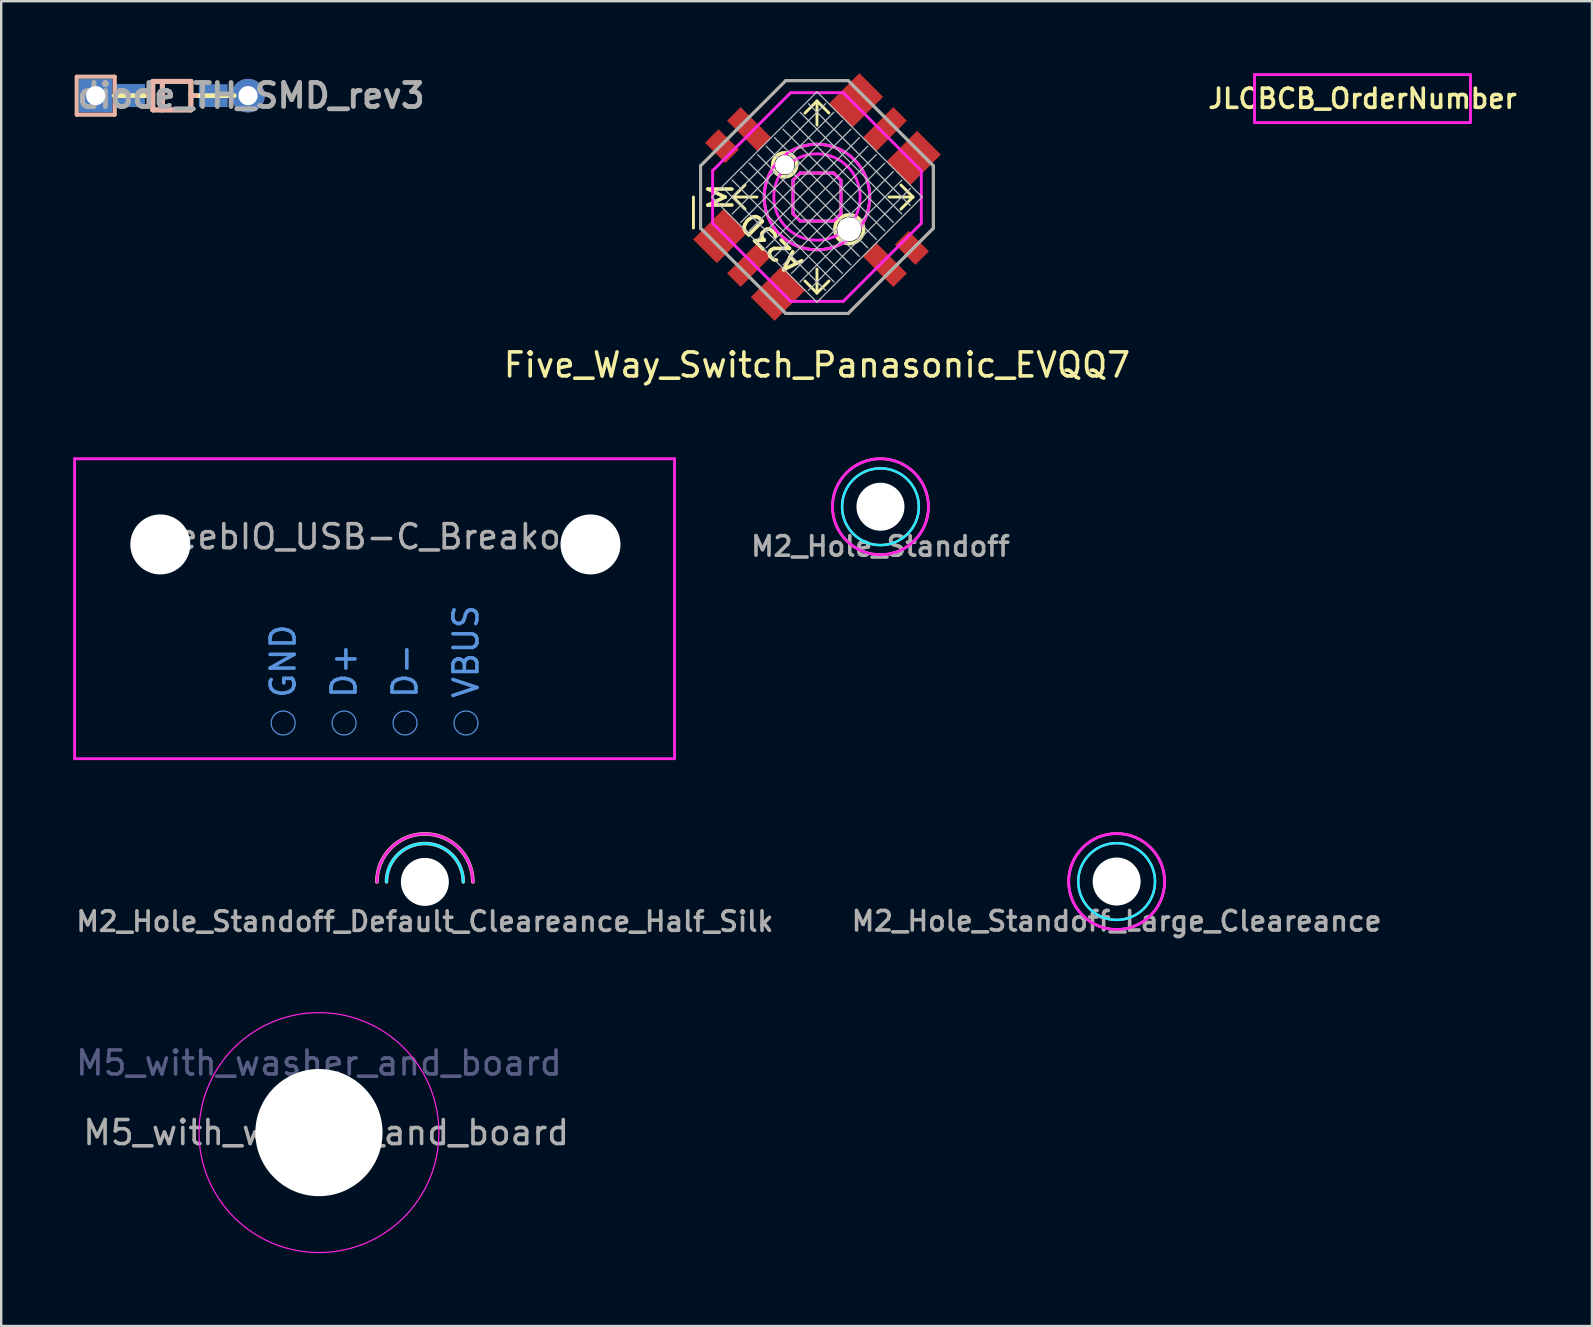
<source format=kicad_pcb>
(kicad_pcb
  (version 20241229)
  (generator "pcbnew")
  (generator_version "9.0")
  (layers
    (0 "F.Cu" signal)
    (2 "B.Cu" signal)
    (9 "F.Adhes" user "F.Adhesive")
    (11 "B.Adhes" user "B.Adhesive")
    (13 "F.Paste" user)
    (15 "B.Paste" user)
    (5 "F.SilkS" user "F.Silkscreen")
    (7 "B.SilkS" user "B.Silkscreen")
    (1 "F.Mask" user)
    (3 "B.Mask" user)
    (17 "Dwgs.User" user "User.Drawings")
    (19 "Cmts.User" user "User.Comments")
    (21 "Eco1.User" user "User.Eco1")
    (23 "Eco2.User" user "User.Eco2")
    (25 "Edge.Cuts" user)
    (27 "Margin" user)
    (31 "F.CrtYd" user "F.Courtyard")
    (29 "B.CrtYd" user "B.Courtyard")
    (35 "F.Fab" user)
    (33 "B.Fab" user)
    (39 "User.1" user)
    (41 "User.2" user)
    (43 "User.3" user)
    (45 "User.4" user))
  (footprint "M2_Hole_Standoff"
    (layer "F.Cu")
    (at 33.647 18.07)
    (property "Reference" "M2_Hole_Standoff" (at 0 1.651 0) (layer "F.Fab") (effects (font (size 0.813 0.813) (thickness 0.15))))
    (attr through_hole)
    (fp_circle (center 0 0) (end 2 0) (stroke (width 0.1) (type solid)) (fill no) (layer "F.SilkS"))
    (fp_circle (center 0 0) (end 1.6 0) (stroke (width 0.1) (type solid)) (fill no) (layer "B.SilkS"))
    (fp_circle (center 0 0) (end 1.6 0) (stroke (width 0.1) (type solid)) (fill no) (layer "B.CrtYd"))
    (fp_circle (center 0 0) (end 2 0) (stroke (width 0.12) (type solid)) (fill no) (layer "F.CrtYd"))
    (pad "" np_thru_hole circle (at 0 0) (size 2 2) (drill 2) (layers "*.Cu" "*.Mask")))
  (footprint "M2_Hole_Standoff_Large_Cleareance"
    (layer "F.Cu")
    (at 43.491 33.692)
    (property "Reference" "M2_Hole_Standoff_Large_Cleareance" (at 0 1.651 0) (layer "F.Fab") (effects (font (size 0.813 0.813) (thickness 0.15))))
    (attr through_hole)
    (fp_circle (center 0 0) (end 2 0) (stroke (width 0.1) (type solid)) (fill no) (layer "F.SilkS"))
    (fp_circle (center 0 0) (end 1.6 0) (stroke (width 0.1) (type solid)) (fill no) (layer "B.SilkS"))
    (fp_circle (center 0 0) (end 1.6 0) (stroke (width 0.1) (type solid)) (fill no) (layer "B.CrtYd"))
    (fp_circle (center 0 0) (end 2 0) (stroke (width 0.12) (type solid)) (fill no) (layer "F.CrtYd"))
    (pad "" np_thru_hole circle (at 0 0) (size 2 2) (drill 2) (layers "*.Cu" "*.Mask")))
  (footprint "diode_TH_SMD_rev3"
    (layer "F.Cu")
    (at 4.112 0.936)
    (property "Reference" "diode_TH_SMD_rev3" (at 3.302 0 0) (layer "F.Fab") (effects (font (size 1 1) (thickness 0.2))))
    (attr through_hole)
    (fp_line (start -3.969 -0.794) (end -2.381 -0.794) (stroke (width 0.15) (type solid)) (layer "F.SilkS"))
    (fp_line (start -3.969 0.794) (end -3.969 -0.794) (stroke (width 0.15) (type solid)) (layer "F.SilkS"))
    (fp_line (start -2.4 0) (end -0.794 0) (stroke (width 0.2) (type solid)) (layer "F.SilkS"))
    (fp_line (start -2.381 -0.794) (end -2.381 0.794) (stroke (width 0.15) (type solid)) (layer "F.SilkS"))
    (fp_line (start -2.381 0.794) (end -3.969 0.794) (stroke (width 0.15) (type solid)) (layer "F.SilkS"))
    (fp_line (start -0.794 -0.595) (end 0.794 -0.595) (stroke (width 0.2) (type solid)) (layer "F.SilkS"))
    (fp_line (start -0.794 0.595) (end -0.794 -0.595) (stroke (width 0.2) (type solid)) (layer "F.SilkS"))
    (fp_line (start -0.397 -0.595) (end -0.397 0.595) (stroke (width 0.2) (type solid)) (layer "F.SilkS"))
    (fp_line (start 0.794 -0.595) (end 0.794 0.595) (stroke (width 0.2) (type solid)) (layer "F.SilkS"))
    (fp_line (start 0.794 0) (end 2.6 0) (stroke (width 0.2) (type solid)) (layer "F.SilkS"))
    (fp_line (start 0.794 0.595) (end -0.794 0.595) (stroke (width 0.2) (type solid)) (layer "F.SilkS"))
    (fp_line (start -3.969 -0.794) (end -3.969 0.794) (stroke (width 0.15) (type solid)) (layer "B.SilkS"))
    (fp_line (start -3.969 0.794) (end -2.381 0.794) (stroke (width 0.15) (type solid)) (layer "B.SilkS"))
    (fp_line (start -2.381 -0.794) (end -3.969 -0.794) (stroke (width 0.15) (type solid)) (layer "B.SilkS"))
    (fp_line (start -2.381 0.794) (end -2.381 -0.794) (stroke (width 0.15) (type solid)) (layer "B.SilkS"))
    (fp_line (start -0.992 0) (end -0.794 0) (stroke (width 0.2) (type solid)) (layer "B.SilkS"))
    (fp_line (start -0.794 -0.595) (end -0.794 0.595) (stroke (width 0.2) (type solid)) (layer "B.SilkS"))
    (fp_line (start -0.794 0.595) (end 0.794 0.595) (stroke (width 0.2) (type solid)) (layer "B.SilkS"))
    (fp_line (start -0.397 0.595) (end -0.397 -0.595) (stroke (width 0.2) (type solid)) (layer "B.SilkS"))
    (fp_line (start 0.794 -0.595) (end -0.794 -0.595) (stroke (width 0.2) (type solid)) (layer "B.SilkS"))
    (fp_line (start 0.794 0) (end 0.992 0) (stroke (width 0.2) (type solid)) (layer "B.SilkS"))
    (fp_line (start 0.794 0.595) (end 0.794 -0.595) (stroke (width 0.2) (type solid)) (layer "B.SilkS"))
    (pad "1" thru_hole rect (at -3.175 0) (size 1.4 1.4) (drill 0.8) (layers "*.Cu" "*.Mask"))
    (pad "1" smd rect (at -1.725 0) (size 1.2 0.95) (layers "B.Cu" "B.Mask" "B.Paste"))
    (pad "1" smd rect (at -1.725 0) (size 1.2 0.95) (layers "B.Cu" "B.Mask" "B.Paste"))
    (pad "2" smd rect (at 1.725 0) (size 1.2 0.95) (layers "B.Cu" "B.Mask" "B.Paste"))
    (pad "2" thru_hole circle (at 3.175 0) (size 1.4 1.4) (drill 0.8) (layers "*.Cu" "*.Mask")))
  (footprint "KeebIO_USB-C_Breakout"
    (layer "F.Cu")
    (at 12.562 22.321)
    (property "Reference" "KeebIO_USB-C_Breakout" (at 0 -3 0) (layer "F.Fab") (effects (font (size 1 1) (thickness 0.15))))
    (attr through_hole)
    (fp_circle (center -3.81 4.763) (end -3.31 4.763) (stroke (width 0.05) (type solid)) (fill no) (layer "Cmts.User"))
    (fp_circle (center -1.27 4.763) (end -0.77 4.763) (stroke (width 0.05) (type solid)) (fill no) (layer "Cmts.User"))
    (fp_circle (center 1.27 4.763) (end 1.77 4.763) (stroke (width 0.05) (type solid)) (fill no) (layer "Cmts.User"))
    (fp_circle (center 3.81 4.763) (end 4.31 4.763) (stroke (width 0.05) (type solid)) (fill no) (layer "Cmts.User"))
    (fp_line (start -12.502 -6.251) (end 12.502 -6.251) (stroke (width 0.12) (type solid)) (layer "F.CrtYd"))
    (fp_line (start -12.502 6.251) (end -12.502 -6.251) (stroke (width 0.12) (type solid)) (layer "F.CrtYd"))
    (fp_line (start 12.502 -6.251) (end 12.502 6.251) (stroke (width 0.12) (type solid)) (layer "F.CrtYd"))
    (fp_line (start 12.502 6.251) (end -12.502 6.251) (stroke (width 0.12) (type solid)) (layer "F.CrtYd"))
    (fp_text user "D+" (at -1.27 3.81 90) (layer "Cmts.User") (effects (font (size 1 1) (thickness 0.15)) (justify left)))
    (fp_text user "GND" (at -3.81 3.81 90) (layer "Cmts.User") (effects (font (size 1 1) (thickness 0.15)) (justify left)))
    (fp_text user "D-" (at 1.27 3.81 90) (layer "Cmts.User") (effects (font (size 1 1) (thickness 0.15)) (justify left)))
    (fp_text user "VBUS" (at 3.81 3.81 90) (layer "Cmts.User") (effects (font (size 1 1) (thickness 0.15)) (justify left)))
    (pad "" np_thru_hole circle (at -8.93 -2.679) (size 2.5 2.5) (drill 2.5) (layers "*.Cu" "*.Mask"))
    (pad "" np_thru_hole circle (at 9 -2.679) (size 2.5 2.5) (drill 2.5) (layers "*.Cu" "*.Mask")))
  (footprint "M2_Hole_Standoff_Default_Cleareance_Half_Silk"
    (layer "F.Cu")
    (at 14.658 33.707)
    (property "Reference" "M2_Hole_Standoff_Default_Cleareance_Half_Silk" (at 0 1.651 0) (layer "F.Fab") (effects (font (size 0.813 0.813) (thickness 0.15))))
    (attr through_hole)
    (fp_arc (start -2 0) (mid 0 -2) (end 2 0) (stroke (width 0.15) (type solid)) (layer "F.SilkS"))
    (fp_arc (start -1.6 0) (mid 0 -1.6) (end 1.6 0) (stroke (width 0.15) (type solid)) (layer "B.SilkS"))
    (fp_arc (start -1.6 0) (mid 0 -1.6) (end 1.6 0) (stroke (width 0.12) (type solid)) (layer "B.CrtYd"))
    (fp_arc (start -2 0) (mid 0 -2) (end 2 0) (stroke (width 0.12) (type solid)) (layer "F.CrtYd"))
    (pad "" np_thru_hole circle (at 0 0) (size 2 2) (drill 2) (layers "*.Cu" "*.Mask")))
  (footprint "JLCBCB_OrderNumber"
    (layer "F.Cu")
    (at 53.738 1.06)
    (property "Reference" "JLCBCB_OrderNumber" (at 0 0 0) (layer "F.SilkS") (effects (font (size 0.8 0.8) (thickness 0.15))))
    (attr through_hole)
    (fp_line (start -4.5 -1) (end 4.5 -1) (stroke (width 0.12) (type solid)) (layer "F.CrtYd"))
    (fp_line (start -4.5 1) (end -4.5 -1) (stroke (width 0.12) (type solid)) (layer "F.CrtYd"))
    (fp_line (start 4.5 -1) (end 4.5 1) (stroke (width 0.12) (type solid)) (layer "F.CrtYd"))
    (fp_line (start 4.5 1) (end -4.5 1) (stroke (width 0.12) (type solid)) (layer "F.CrtYd")))
  (footprint "Five_Way_Switch_Panasonic_EVQQ7"
    (layer "F.Cu")
    (at 31.001 5.162)
    (property "Reference" "Five_Way_Switch_Panasonic_EVQQ7" (at 0 7 0) (layer "F.SilkS") (effects (font (size 1 1) (thickness 0.15))))
    (attr through_hole)
    (fp_line (start -5.149 1.293) (end -5.149 0) (stroke (width 0.12) (type solid)) (layer "F.SilkS"))
    (fp_line (start -4.849 -1.303) (end -1.303 -4.849) (stroke (width 0.12) (type solid)) (layer "F.SilkS"))
    (fp_line (start -4.849 1.303) (end -4.849 -1.303) (stroke (width 0.12) (type solid)) (layer "F.SilkS"))
    (fp_line (start -3.5 0) (end -3 -0.5) (stroke (width 0.12) (type solid)) (layer "F.SilkS"))
    (fp_line (start -3.5 0) (end -3 0.5) (stroke (width 0.12) (type solid)) (layer "F.SilkS"))
    (fp_line (start -2.5 0) (end -3.5 0) (stroke (width 0.12) (type solid)) (layer "F.SilkS"))
    (fp_line (start -1.303 -4.849) (end 1.303 -4.849) (stroke (width 0.12) (type solid)) (layer "F.SilkS"))
    (fp_line (start -1.303 4.849) (end -4.849 1.303) (stroke (width 0.12) (type solid)) (layer "F.SilkS"))
    (fp_line (start -1 0.697) (end -1 -0.697) (stroke (width 0.12) (type solid)) (layer "F.SilkS"))
    (fp_line (start -1 0.697) (end -0.697 1) (stroke (width 0.12) (type solid)) (layer "F.SilkS"))
    (fp_line (start -0.697 -1.003) (end -1 -0.7) (stroke (width 0.12) (type solid)) (layer "F.SilkS"))
    (fp_line (start -0.697 -1) (end 0.697 -1) (stroke (width 0.12) (type solid)) (layer "F.SilkS"))
    (fp_line (start 0 -4) (end -0.5 -3.5) (stroke (width 0.12) (type solid)) (layer "F.SilkS"))
    (fp_line (start 0 -4) (end 0.5 -3.5) (stroke (width 0.12) (type solid)) (layer "F.SilkS"))
    (fp_line (start 0 -3) (end 0 -4) (stroke (width 0.12) (type solid)) (layer "F.SilkS"))
    (fp_line (start 0 3) (end 0 4) (stroke (width 0.12) (type solid)) (layer "F.SilkS"))
    (fp_line (start 0 4) (end -0.5 3.5) (stroke (width 0.12) (type solid)) (layer "F.SilkS"))
    (fp_line (start 0 4) (end 0.5 3.5) (stroke (width 0.12) (type solid)) (layer "F.SilkS"))
    (fp_line (start 0.697 -1) (end 1 -0.697) (stroke (width 0.12) (type solid)) (layer "F.SilkS"))
    (fp_line (start 0.697 1) (end -0.697 1) (stroke (width 0.12) (type solid)) (layer "F.SilkS"))
    (fp_line (start 1 -0.7) (end 1 0.694) (stroke (width 0.12) (type solid)) (layer "F.SilkS"))
    (fp_line (start 1 0.697) (end 0.697 1) (stroke (width 0.12) (type solid)) (layer "F.SilkS"))
    (fp_line (start 1.303 -4.849) (end 4.849 -1.303) (stroke (width 0.12) (type solid)) (layer "F.SilkS"))
    (fp_line (start 1.303 4.849) (end -1.303 4.849) (stroke (width 0.12) (type solid)) (layer "F.SilkS"))
    (fp_line (start 3 0) (end 4 0) (stroke (width 0.12) (type solid)) (layer "F.SilkS"))
    (fp_line (start 4 0) (end 3.5 -0.5) (stroke (width 0.12) (type solid)) (layer "F.SilkS"))
    (fp_line (start 4 0) (end 3.5 0.5) (stroke (width 0.12) (type solid)) (layer "F.SilkS"))
    (fp_line (start 4.849 -1.303) (end 4.849 1.303) (stroke (width 0.12) (type solid)) (layer "F.SilkS"))
    (fp_line (start 4.849 1.303) (end 1.303 4.849) (stroke (width 0.12) (type solid)) (layer "F.SilkS"))
    (fp_circle (center -1.344 -1.344) (end -0.844 -1.344) (stroke (width 0.15) (type solid)) (fill no) (layer "F.SilkS"))
    (fp_circle (center 0 0) (end 1.556 1.556) (stroke (width 0.12) (type solid)) (fill no) (layer "F.SilkS"))
    (fp_circle (center 1.344 1.344) (end 1.944 1.344) (stroke (width 0.15) (type solid)) (fill no) (layer "F.SilkS"))
    (fp_line (start -4.384 0) (end 0 -4.384) (stroke (width 0.05) (type solid)) (layer "Dwgs.User"))
    (fp_line (start 0 -4.384) (end 4.384 0) (stroke (width 0.05) (type solid)) (layer "Dwgs.User"))
    (fp_line (start 0 4.384) (end -4.384 0) (stroke (width 0.05) (type solid)) (layer "Dwgs.User"))
    (fp_line (start 0.354 -3.889) (end -3.889 0.354) (stroke (width 0.05) (type solid)) (layer "Dwgs.User"))
    (fp_line (start 0.354 3.889) (end -3.889 -0.354) (stroke (width 0.05) (type solid)) (layer "Dwgs.User"))
    (fp_line (start 0.707 -3.536) (end -3.536 0.707) (stroke (width 0.05) (type solid)) (layer "Dwgs.User"))
    (fp_line (start 0.707 3.536) (end -3.536 -0.707) (stroke (width 0.05) (type solid)) (layer "Dwgs.User"))
    (fp_line (start 1.061 -3.182) (end -3.182 1.061) (stroke (width 0.05) (type solid)) (layer "Dwgs.User"))
    (fp_line (start 1.061 3.182) (end -3.182 -1.061) (stroke (width 0.05) (type solid)) (layer "Dwgs.User"))
    (fp_line (start 1.414 -2.828) (end -2.828 1.414) (stroke (width 0.05) (type solid)) (layer "Dwgs.User"))
    (fp_line (start 1.414 2.828) (end -2.828 -1.414) (stroke (width 0.05) (type solid)) (layer "Dwgs.User"))
    (fp_line (start 1.768 -2.475) (end -2.475 1.768) (stroke (width 0.05) (type solid)) (layer "Dwgs.User"))
    (fp_line (start 1.768 2.475) (end -2.475 -1.768) (stroke (width 0.05) (type solid)) (layer "Dwgs.User"))
    (fp_line (start 2.121 -2.121) (end -2.121 2.121) (stroke (width 0.05) (type solid)) (layer "Dwgs.User"))
    (fp_line (start 2.121 2.121) (end -2.121 -2.121) (stroke (width 0.05) (type solid)) (layer "Dwgs.User"))
    (fp_line (start 2.475 -1.768) (end -1.768 2.475) (stroke (width 0.05) (type solid)) (layer "Dwgs.User"))
    (fp_line (start 2.475 1.768) (end -1.768 -2.475) (stroke (width 0.05) (type solid)) (layer "Dwgs.User"))
    (fp_line (start 2.828 -1.414) (end -1.414 2.828) (stroke (width 0.05) (type solid)) (layer "Dwgs.User"))
    (fp_line (start 2.828 1.414) (end -1.414 -2.828) (stroke (width 0.05) (type solid)) (layer "Dwgs.User"))
    (fp_line (start 3.182 -1.061) (end -1.061 3.182) (stroke (width 0.05) (type solid)) (layer "Dwgs.User"))
    (fp_line (start 3.182 1.061) (end -1.061 -3.182) (stroke (width 0.05) (type solid)) (layer "Dwgs.User"))
    (fp_line (start 3.536 -0.707) (end -0.707 3.536) (stroke (width 0.05) (type solid)) (layer "Dwgs.User"))
    (fp_line (start 3.536 0.707) (end -0.707 -3.536) (stroke (width 0.05) (type solid)) (layer "Dwgs.User"))
    (fp_line (start 3.889 -0.354) (end -0.354 3.889) (stroke (width 0.05) (type solid)) (layer "Dwgs.User"))
    (fp_line (start 3.889 0.354) (end -0.354 -3.889) (stroke (width 0.05) (type solid)) (layer "Dwgs.User"))
    (fp_line (start 4.384 0) (end 0 4.384) (stroke (width 0.05) (type solid)) (layer "Dwgs.User"))
    (fp_line (start -4.349 1.096) (end -4.349 -1.096) (stroke (width 0.12) (type solid)) (layer "F.CrtYd"))
    (fp_line (start -1.096 -4.349) (end -4.349 -1.096) (stroke (width 0.12) (type solid)) (layer "F.CrtYd"))
    (fp_line (start -1.096 -4.349) (end 1.096 -4.349) (stroke (width 0.12) (type solid)) (layer "F.CrtYd"))
    (fp_line (start -1.096 4.349) (end -4.349 1.096) (stroke (width 0.12) (type solid)) (layer "F.CrtYd"))
    (fp_line (start -1 0.697) (end -1 -0.697) (stroke (width 0.12) (type solid)) (layer "F.CrtYd"))
    (fp_line (start -1 0.697) (end -0.697 1) (stroke (width 0.12) (type solid)) (layer "F.CrtYd"))
    (fp_line (start -0.697 -1) (end -1 -0.697) (stroke (width 0.12) (type solid)) (layer "F.CrtYd"))
    (fp_line (start -0.697 -1) (end 0.697 -1) (stroke (width 0.12) (type solid)) (layer "F.CrtYd"))
    (fp_line (start 0.697 -1) (end 1 -0.697) (stroke (width 0.12) (type solid)) (layer "F.CrtYd"))
    (fp_line (start 0.697 1) (end -0.697 1) (stroke (width 0.12) (type solid)) (layer "F.CrtYd"))
    (fp_line (start 1 -0.697) (end 1 0.697) (stroke (width 0.12) (type solid)) (layer "F.CrtYd"))
    (fp_line (start 1 0.697) (end 0.697 1) (stroke (width 0.12) (type solid)) (layer "F.CrtYd"))
    (fp_line (start 1.096 -4.349) (end 4.349 -1.096) (stroke (width 0.12) (type solid)) (layer "F.CrtYd"))
    (fp_line (start 1.096 4.349) (end -1.096 4.349) (stroke (width 0.12) (type solid)) (layer "F.CrtYd"))
    (fp_line (start 4.349 -1.096) (end 4.349 1.096) (stroke (width 0.12) (type solid)) (layer "F.CrtYd"))
    (fp_line (start 4.349 1.096) (end 1.096 4.349) (stroke (width 0.12) (type solid)) (layer "F.CrtYd"))
    (fp_circle (center 0 0) (end 1.273 1.273) (stroke (width 0.12) (type solid)) (fill no) (layer "F.CrtYd"))
    (fp_circle (center 0 0) (end 1.556 1.556) (stroke (width 0.12) (type solid)) (fill no) (layer "F.CrtYd"))
    (fp_line (start -4.849 -1.303) (end -1.303 -4.849) (stroke (width 0.12) (type solid)) (layer "F.Fab"))
    (fp_line (start -4.849 1.303) (end -4.849 -1.303) (stroke (width 0.12) (type solid)) (layer "F.Fab"))
    (fp_line (start -1.303 -4.849) (end 1.303 -4.849) (stroke (width 0.12) (type solid)) (layer "F.Fab"))
    (fp_line (start -1.303 4.849) (end -4.849 1.303) (stroke (width 0.12) (type solid)) (layer "F.Fab"))
    (fp_line (start 1.303 -4.849) (end 4.849 -1.303) (stroke (width 0.12) (type solid)) (layer "F.Fab"))
    (fp_line (start 1.303 4.849) (end -1.303 4.849) (stroke (width 0.12) (type solid)) (layer "F.Fab"))
    (fp_line (start 4.849 -1.303) (end 4.849 1.303) (stroke (width 0.12) (type solid)) (layer "F.Fab"))
    (fp_line (start 4.849 1.303) (end 1.303 4.849) (stroke (width 0.12) (type solid)) (layer "F.Fab"))
    (fp_text user "M" (at -4 0 90) (unlocked yes) (layer "F.SilkS") (effects (font (size 1 1) (thickness 0.15))))
    (fp_text user "A23D" (at -1.9 1.9 135) (unlocked yes) (layer "F.SilkS") (effects (font (size 0.8 0.8) (thickness 0.15))))
    (pad "" np_thru_hole circle (at -1.344 -1.344 135) (size 0.8 0.8) (drill 0.8) (layers "*.Cu" "*.Mask"))
    (pad "" np_thru_hole circle (at 1.344 1.344 135) (size 1 1) (drill 1) (layers "*.Cu" "*.Mask"))
    (pad "A" smd rect (at -4.031 1.626 135) (size 1.4 1.8) (layers "F.Cu" "F.Mask" "F.Paste"))
    (pad "B" smd rect (at -1.626 4.031 135) (size 1.4 1.8) (layers "F.Cu" "F.Mask" "F.Paste"))
    (pad "C" smd rect (at 1.626 -4.031 135) (size 1.4 1.8) (layers "F.Cu" "F.Mask" "F.Paste"))
    (pad "Com" smd rect (at -2.828 -2.828 45) (size 0.8 1.8) (layers "F.Cu" "F.Mask" "F.Paste"))
    (pad "Com" smd rect (at 2.828 -2.828 135) (size 0.8 1.8) (layers "F.Cu" "F.Mask" "F.Paste"))
    (pad "Com" smd rect (at 2.828 2.828 45) (size 0.8 1.8) (layers "F.Cu" "F.Mask" "F.Paste"))
    (pad "D" smd rect (at 4.031 -1.626 135) (size 1.4 1.8) (layers "F.Cu" "F.Mask" "F.Paste"))
    (pad "E" smd rect (at -2.828 2.828 135) (size 0.8 1.8) (layers "F.Cu" "F.Mask" "F.Paste"))
    (pad "GND" smd rect (at -3.96 -2.121 45) (size 0.8 1.2) (layers "F.Cu" "F.Mask" "F.Paste"))
    (pad "GND" smd rect (at 3.96 2.121 45) (size 0.8 1.2) (layers "F.Cu" "F.Mask" "F.Paste")))
  (footprint "M5_with_washer_and_board"
    (layer "F.Cu")
    (at 15.244 44.156)
    (property "Reference" "M5_with_washer_and_board" (at -5 -2.9 0) (layer "B.Fab") (effects (font (size 1 1) (thickness 0.15))))
    (attr exclude_from_pos_files exclude_from_bom)
    (fp_arc (start -15 -5) (mid -11.464466 -3.535534) (end -10 0) (stroke (width 0.12) (type solid)) (layer "Eco2.User"))
    (fp_arc (start 0 0) (mid -5 5) (end -10 0) (stroke (width 0.12) (type solid)) (layer "Eco2.User"))
    (fp_arc (start 0 0) (mid 1.464466 -3.535534) (end 5 -5) (stroke (width 0.12) (type solid)) (layer "Eco2.User"))
    (fp_circle (center -5 0) (end 0 0) (stroke (width 0.05) (type solid)) (fill no) (layer "F.CrtYd"))
    (fp_text user "${REFERENCE}" (at -4.7 0 0) (layer "F.Fab") (effects (font (size 1 1) (thickness 0.15))))
    (pad "" np_thru_hole circle (at -5 0) (size 5.3 5.3) (drill 5.3) (layers "*.Cu" "*.Mask")))
  (gr_rect
    (start -3 -3)
    (end 63.302 52.216)
    (stroke (width 0.1) (type default))
    (fill no)
    (layer "Edge.Cuts")))
</source>
